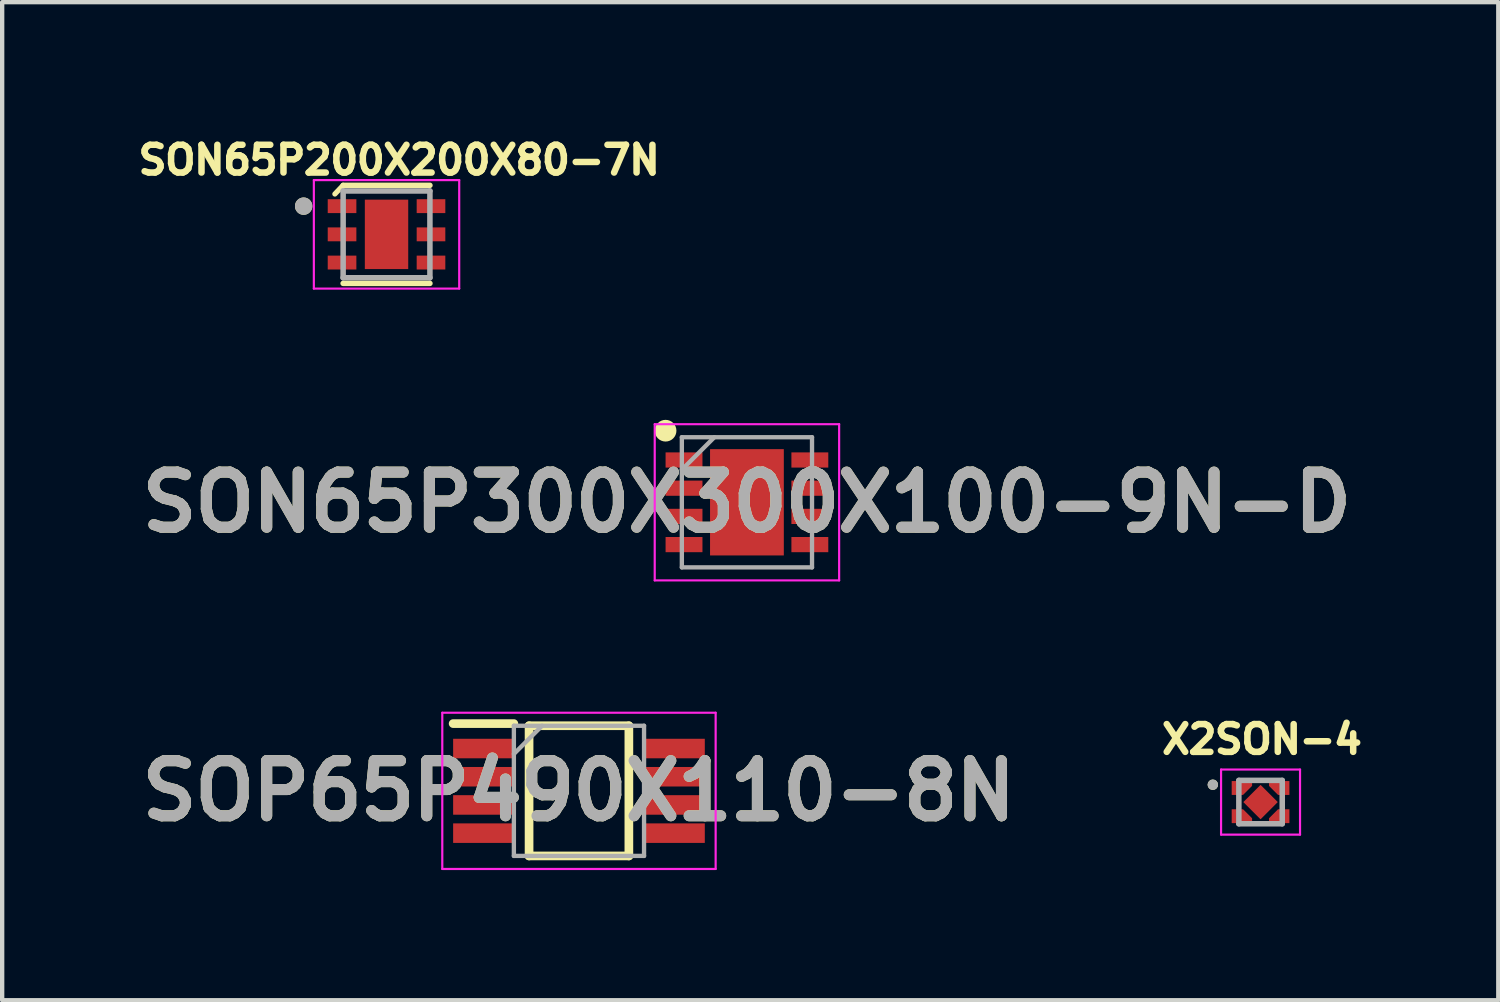
<source format=kicad_pcb>
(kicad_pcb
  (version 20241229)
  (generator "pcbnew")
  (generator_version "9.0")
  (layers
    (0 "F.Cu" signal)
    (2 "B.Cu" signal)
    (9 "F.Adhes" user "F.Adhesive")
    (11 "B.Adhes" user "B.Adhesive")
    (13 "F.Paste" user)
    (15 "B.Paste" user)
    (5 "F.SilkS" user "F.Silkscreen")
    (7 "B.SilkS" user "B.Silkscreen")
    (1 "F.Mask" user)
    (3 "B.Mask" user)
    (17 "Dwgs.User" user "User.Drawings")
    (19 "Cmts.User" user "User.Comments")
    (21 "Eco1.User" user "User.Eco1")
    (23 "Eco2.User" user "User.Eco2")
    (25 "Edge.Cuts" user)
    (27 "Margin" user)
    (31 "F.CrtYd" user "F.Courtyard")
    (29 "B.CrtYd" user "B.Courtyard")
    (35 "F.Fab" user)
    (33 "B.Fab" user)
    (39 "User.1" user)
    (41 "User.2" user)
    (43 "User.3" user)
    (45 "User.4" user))
  (footprint "SON65P300X300X100-9N-D"
    (layer "F.Cu")
    (at 14.164 8.526)
    (property "Reference" "SON65P300X300X100-9N-D" (at 0 0 0) (layer "F.SilkS") (effects (font (size 1.27 1.27) (thickness 0.254))))
    (attr smd)
    (fp_circle (center -1.875 -1.65) (end -1.875 -1.525) (stroke (width 0.25) (type solid)) (fill no) (layer "F.SilkS"))
    (fp_line (start -2.125 -1.8) (end 2.125 -1.8) (stroke (width 0.05) (type solid)) (layer "F.CrtYd"))
    (fp_line (start -2.125 1.8) (end -2.125 -1.8) (stroke (width 0.05) (type solid)) (layer "F.CrtYd"))
    (fp_line (start 2.125 -1.8) (end 2.125 1.8) (stroke (width 0.05) (type solid)) (layer "F.CrtYd"))
    (fp_line (start 2.125 1.8) (end -2.125 1.8) (stroke (width 0.05) (type solid)) (layer "F.CrtYd"))
    (fp_line (start -1.5 -1.5) (end 1.5 -1.5) (stroke (width 0.1) (type solid)) (layer "F.Fab"))
    (fp_line (start -1.5 -0.75) (end -0.75 -1.5) (stroke (width 0.1) (type solid)) (layer "F.Fab"))
    (fp_line (start -1.5 1.5) (end -1.5 -1.5) (stroke (width 0.1) (type solid)) (layer "F.Fab"))
    (fp_line (start 1.5 -1.5) (end 1.5 1.5) (stroke (width 0.1) (type solid)) (layer "F.Fab"))
    (fp_line (start 1.5 1.5) (end -1.5 1.5) (stroke (width 0.1) (type solid)) (layer "F.Fab"))
    (fp_text user "${REFERENCE}" (at 0 0 0) (layer "F.Fab") (effects (font (size 1.27 1.27) (thickness 0.254))))
    (pad "1" smd rect (at -1.45 -0.975 90) (size 0.35 0.85) (layers "F.Cu" "F.Mask" "F.Paste"))
    (pad "2" smd rect (at -1.45 -0.325 90) (size 0.35 0.85) (layers "F.Cu" "F.Mask" "F.Paste"))
    (pad "3" smd rect (at -1.45 0.325 90) (size 0.35 0.85) (layers "F.Cu" "F.Mask" "F.Paste"))
    (pad "4" smd rect (at -1.45 0.975 90) (size 0.35 0.85) (layers "F.Cu" "F.Mask" "F.Paste"))
    (pad "5" smd rect (at 1.45 0.975 90) (size 0.35 0.85) (layers "F.Cu" "F.Mask" "F.Paste"))
    (pad "6" smd rect (at 1.45 0.325 90) (size 0.35 0.85) (layers "F.Cu" "F.Mask" "F.Paste"))
    (pad "7" smd rect (at 1.45 -0.325 90) (size 0.35 0.85) (layers "F.Cu" "F.Mask" "F.Paste"))
    (pad "8" smd rect (at 1.45 -0.975 90) (size 0.35 0.85) (layers "F.Cu" "F.Mask" "F.Paste"))
    (pad "9" smd rect (at 0 0) (size 1.7 2.45) (layers "F.Cu" "F.Mask" "F.Paste")))
  (footprint "SON65P200X200X80-7N"
    (layer "F.Cu")
    (at 5.858 2.351)
    (property "Reference" "SON65P200X200X80-7N" (at 0.292 -1.713 0) (layer "F.SilkS") (effects (font (size 0.64 0.64) (thickness 0.15))))
    (attr through_hole)
    (fp_line (start -1 -1.13) (end -1.19 -0.93) (stroke (width 0.12) (type solid)) (layer "F.SilkS"))
    (fp_line (start -1 -1.13) (end 1 -1.13) (stroke (width 0.127) (type solid)) (layer "F.SilkS"))
    (fp_line (start -1 1.13) (end 1 1.13) (stroke (width 0.127) (type solid)) (layer "F.SilkS"))
    (fp_circle (center -1.91 -0.65) (end -1.81 -0.65) (stroke (width 0.2) (type solid)) (fill no) (layer "F.SilkS"))
    (fp_poly (pts (xy -0.316 -0.506) (xy 0.316 -0.506) (xy 0.316 0.506) (xy -0.316 0.506)) (stroke (width 0.01) (type solid)) (fill yes) (layer "F.Paste"))
    (fp_line (start -1.675 -1.25) (end -1.675 1.25) (stroke (width 0.05) (type solid)) (layer "F.CrtYd"))
    (fp_line (start -1.675 -1.25) (end 1.675 -1.25) (stroke (width 0.05) (type solid)) (layer "F.CrtYd"))
    (fp_line (start -1.675 1.25) (end 1.675 1.25) (stroke (width 0.05) (type solid)) (layer "F.CrtYd"))
    (fp_line (start 1.675 -1.25) (end 1.675 1.25) (stroke (width 0.05) (type solid)) (layer "F.CrtYd"))
    (fp_line (start -1 -1) (end -1 1) (stroke (width 0.127) (type solid)) (layer "F.Fab"))
    (fp_line (start -1 -1) (end 1 -1) (stroke (width 0.127) (type solid)) (layer "F.Fab"))
    (fp_line (start -1 1) (end 1 1) (stroke (width 0.127) (type solid)) (layer "F.Fab"))
    (fp_line (start 1 -1) (end 1 1) (stroke (width 0.127) (type solid)) (layer "F.Fab"))
    (fp_circle (center -1.91 -0.65) (end -1.81 -0.65) (stroke (width 0.2) (type solid)) (fill no) (layer "F.Fab"))
    (pad "1" smd rect (at -1.025 -0.65) (size 0.66 0.32) (layers "F.Cu" "F.Mask" "F.Paste"))
    (pad "2" smd rect (at -1.025 0) (size 0.66 0.32) (layers "F.Cu" "F.Mask" "F.Paste"))
    (pad "3" smd rect (at -1.025 0.65) (size 0.66 0.32) (layers "F.Cu" "F.Mask" "F.Paste"))
    (pad "4" smd rect (at 1.025 0.65) (size 0.66 0.32) (layers "F.Cu" "F.Mask" "F.Paste"))
    (pad "5" smd rect (at 1.025 0) (size 0.66 0.32) (layers "F.Cu" "F.Mask" "F.Paste"))
    (pad "6" smd rect (at 1.025 -0.65) (size 0.66 0.32) (layers "F.Cu" "F.Mask" "F.Paste"))
    (pad "7" smd rect (at 0 0 90) (size 1.6 1) (layers "F.Cu" "F.Mask")))
  (footprint "SOP65P490X110-8N"
    (layer "F.Cu")
    (at 10.293 15.176)
    (property "Reference" "SOP65P490X110-8N" (at 0 0 0) (layer "F.SilkS") (effects (font (size 1.27 1.27) (thickness 0.254))))
    (attr smd)
    (fp_line (start -2.9 -1.55) (end -1.5 -1.55) (stroke (width 0.2) (type solid)) (layer "F.SilkS"))
    (fp_line (start -1.15 -1.5) (end 1.15 -1.5) (stroke (width 0.2) (type solid)) (layer "F.SilkS"))
    (fp_line (start -1.15 1.5) (end -1.15 -1.5) (stroke (width 0.2) (type solid)) (layer "F.SilkS"))
    (fp_line (start 1.15 -1.5) (end 1.15 1.5) (stroke (width 0.2) (type solid)) (layer "F.SilkS"))
    (fp_line (start 1.15 1.5) (end -1.15 1.5) (stroke (width 0.2) (type solid)) (layer "F.SilkS"))
    (fp_line (start -3.15 -1.8) (end 3.15 -1.8) (stroke (width 0.05) (type solid)) (layer "F.CrtYd"))
    (fp_line (start -3.15 1.8) (end -3.15 -1.8) (stroke (width 0.05) (type solid)) (layer "F.CrtYd"))
    (fp_line (start 3.15 -1.8) (end 3.15 1.8) (stroke (width 0.05) (type solid)) (layer "F.CrtYd"))
    (fp_line (start 3.15 1.8) (end -3.15 1.8) (stroke (width 0.05) (type solid)) (layer "F.CrtYd"))
    (fp_line (start -1.5 -1.5) (end 1.5 -1.5) (stroke (width 0.1) (type solid)) (layer "F.Fab"))
    (fp_line (start -1.5 -0.85) (end -0.85 -1.5) (stroke (width 0.1) (type solid)) (layer "F.Fab"))
    (fp_line (start -1.5 1.5) (end -1.5 -1.5) (stroke (width 0.1) (type solid)) (layer "F.Fab"))
    (fp_line (start 1.5 -1.5) (end 1.5 1.5) (stroke (width 0.1) (type solid)) (layer "F.Fab"))
    (fp_line (start 1.5 1.5) (end -1.5 1.5) (stroke (width 0.1) (type solid)) (layer "F.Fab"))
    (fp_text user "${REFERENCE}" (at 0 0 0) (layer "F.Fab") (effects (font (size 1.27 1.27) (thickness 0.254))))
    (pad "1" smd rect (at -2.2 -0.975 90) (size 0.45 1.4) (layers "F.Cu" "F.Mask" "F.Paste"))
    (pad "2" smd rect (at -2.2 -0.325 90) (size 0.45 1.4) (layers "F.Cu" "F.Mask" "F.Paste"))
    (pad "3" smd rect (at -2.2 0.325 90) (size 0.45 1.4) (layers "F.Cu" "F.Mask" "F.Paste"))
    (pad "4" smd rect (at -2.2 0.975 90) (size 0.45 1.4) (layers "F.Cu" "F.Mask" "F.Paste"))
    (pad "5" smd rect (at 2.2 0.975 90) (size 0.45 1.4) (layers "F.Cu" "F.Mask" "F.Paste"))
    (pad "6" smd rect (at 2.2 0.325 90) (size 0.45 1.4) (layers "F.Cu" "F.Mask" "F.Paste"))
    (pad "7" smd rect (at 2.2 -0.325 90) (size 0.45 1.4) (layers "F.Cu" "F.Mask" "F.Paste"))
    (pad "8" smd rect (at 2.2 -0.975 90) (size 0.45 1.4) (layers "F.Cu" "F.Mask" "F.Paste")))
  (footprint "X2SON-4"
    (layer "F.Cu")
    (at 26.001 15.435)
    (property "Reference" "X2SON-4" (at 0.032 -1.446 0) (layer "F.SilkS") (effects (font (size 0.64 0.64) (thickness 0.15))))
    (attr through_hole)
    (fp_poly (pts (xy -0.34 0) (xy 0 -0.34) (xy 0.34 0) (xy 0 0.34)) (stroke (width 0.01) (type solid)) (fill yes) (layer "F.Mask"))
    (fp_poly (pts (xy -0.43 -0.22) (xy -0.61 -0.22) (xy -0.61 -0.43) (xy -0.25 -0.43) (xy -0.25 -0.4)) (stroke (width 0.01) (type solid)) (fill yes) (layer "F.Mask"))
    (fp_poly (pts (xy -0.43 0.22) (xy -0.61 0.22) (xy -0.61 0.43) (xy -0.25 0.43) (xy -0.25 0.4)) (stroke (width 0.01) (type solid)) (fill yes) (layer "F.Mask"))
    (fp_poly (pts (xy 0.43 -0.22) (xy 0.61 -0.22) (xy 0.61 -0.43) (xy 0.25 -0.43) (xy 0.25 -0.4)) (stroke (width 0.01) (type solid)) (fill yes) (layer "F.Mask"))
    (fp_poly (pts (xy 0.43 0.22) (xy 0.61 0.22) (xy 0.61 0.43) (xy 0.25 0.43) (xy 0.25 0.4)) (stroke (width 0.01) (type solid)) (fill yes) (layer "F.Mask"))
    (fp_circle (center -1.1 -0.4) (end -1.04 -0.4) (stroke (width 0.12) (type solid)) (fill no) (layer "F.SilkS"))
    (fp_poly (pts (xy -0.318 0) (xy 0 -0.318) (xy 0.318 0) (xy 0 0.318)) (stroke (width 0.01) (type solid)) (fill yes) (layer "F.Paste"))
    (fp_poly (pts (xy -0.43 -0.22) (xy -0.65 -0.22) (xy -0.65 -0.43) (xy -0.25 -0.43) (xy -0.25 -0.4)) (stroke (width 0.01) (type solid)) (fill yes) (layer "F.Paste"))
    (fp_poly (pts (xy -0.43 0.22) (xy -0.65 0.22) (xy -0.65 0.43) (xy -0.25 0.43) (xy -0.25 0.4)) (stroke (width 0.01) (type solid)) (fill yes) (layer "F.Paste"))
    (fp_poly (pts (xy 0.43 -0.22) (xy 0.65 -0.22) (xy 0.65 -0.43) (xy 0.25 -0.43) (xy 0.25 -0.4)) (stroke (width 0.01) (type solid)) (fill yes) (layer "F.Paste"))
    (fp_poly (pts (xy 0.43 0.22) (xy 0.65 0.22) (xy 0.65 0.43) (xy 0.25 0.43) (xy 0.25 0.4)) (stroke (width 0.01) (type solid)) (fill yes) (layer "F.Paste"))
    (fp_line (start -0.91 -0.75) (end 0.91 -0.75) (stroke (width 0.05) (type solid)) (layer "F.CrtYd"))
    (fp_line (start -0.91 0.75) (end -0.91 -0.75) (stroke (width 0.05) (type solid)) (layer "F.CrtYd"))
    (fp_line (start 0.91 -0.75) (end 0.91 0.75) (stroke (width 0.05) (type solid)) (layer "F.CrtYd"))
    (fp_line (start 0.91 0.75) (end -0.91 0.75) (stroke (width 0.05) (type solid)) (layer "F.CrtYd"))
    (fp_line (start -0.5 -0.5) (end 0.5 -0.5) (stroke (width 0.127) (type solid)) (layer "F.Fab"))
    (fp_line (start -0.5 0.5) (end -0.5 -0.5) (stroke (width 0.127) (type solid)) (layer "F.Fab"))
    (fp_line (start 0.5 -0.5) (end 0.5 0.5) (stroke (width 0.127) (type solid)) (layer "F.Fab"))
    (fp_line (start 0.5 0.5) (end -0.5 0.5) (stroke (width 0.127) (type solid)) (layer "F.Fab"))
    (fp_circle (center -1.1 -0.4) (end -1.04 -0.4) (stroke (width 0.12) (type solid)) (fill no) (layer "F.Fab"))
    (pad "1" smd custom (at -0.43 -0.325) (size 0.1 0.1) (layers "F.Cu") (options (anchor rect)) (primitives (gr_poly (pts (xy 0.025 0.155) (xy -0.23 0.155) (xy -0.23 -0.155) (xy 0.23 -0.155) (xy 0.23 -0.05)) (width 0.01) (fill yes))))
    (pad "2" smd custom (at -0.43 0.325) (size 0.1 0.1) (layers "F.Cu") (options (anchor rect)) (primitives (gr_poly (pts (xy 0.025 -0.155) (xy -0.23 -0.155) (xy -0.23 0.155) (xy 0.23 0.155) (xy 0.23 0.05)) (width 0.01) (fill yes))))
    (pad "3" smd custom (at 0.43 0.325) (size 0.1 0.1) (layers "F.Cu") (options (anchor rect)) (primitives (gr_poly (pts (xy -0.025 -0.155) (xy 0.23 -0.155) (xy 0.23 0.155) (xy -0.23 0.155) (xy -0.23 0.05)) (width 0.01) (fill yes))))
    (pad "4" smd custom (at 0.43 -0.325) (size 0.1 0.1) (layers "F.Cu") (options (anchor rect)) (primitives (gr_poly (pts (xy -0.025 0.155) (xy 0.23 0.155) (xy 0.23 -0.155) (xy -0.23 -0.155) (xy -0.23 -0.05)) (width 0.01) (fill yes))))
    (pad "5" smd custom (at 0 0) (size 0.2 0.2) (layers "F.Cu") (options (anchor rect)) (primitives (gr_poly (pts (xy 0 -0.39) (xy -0.39 0) (xy 0 0.39) (xy 0.39 0)) (width 0.01) (fill yes)))))
  (gr_rect
    (start -3 -3)
    (end 31.48 20.001)
    (stroke (width 0.1) (type default))
    (fill no)
    (layer "Edge.Cuts")))
</source>
